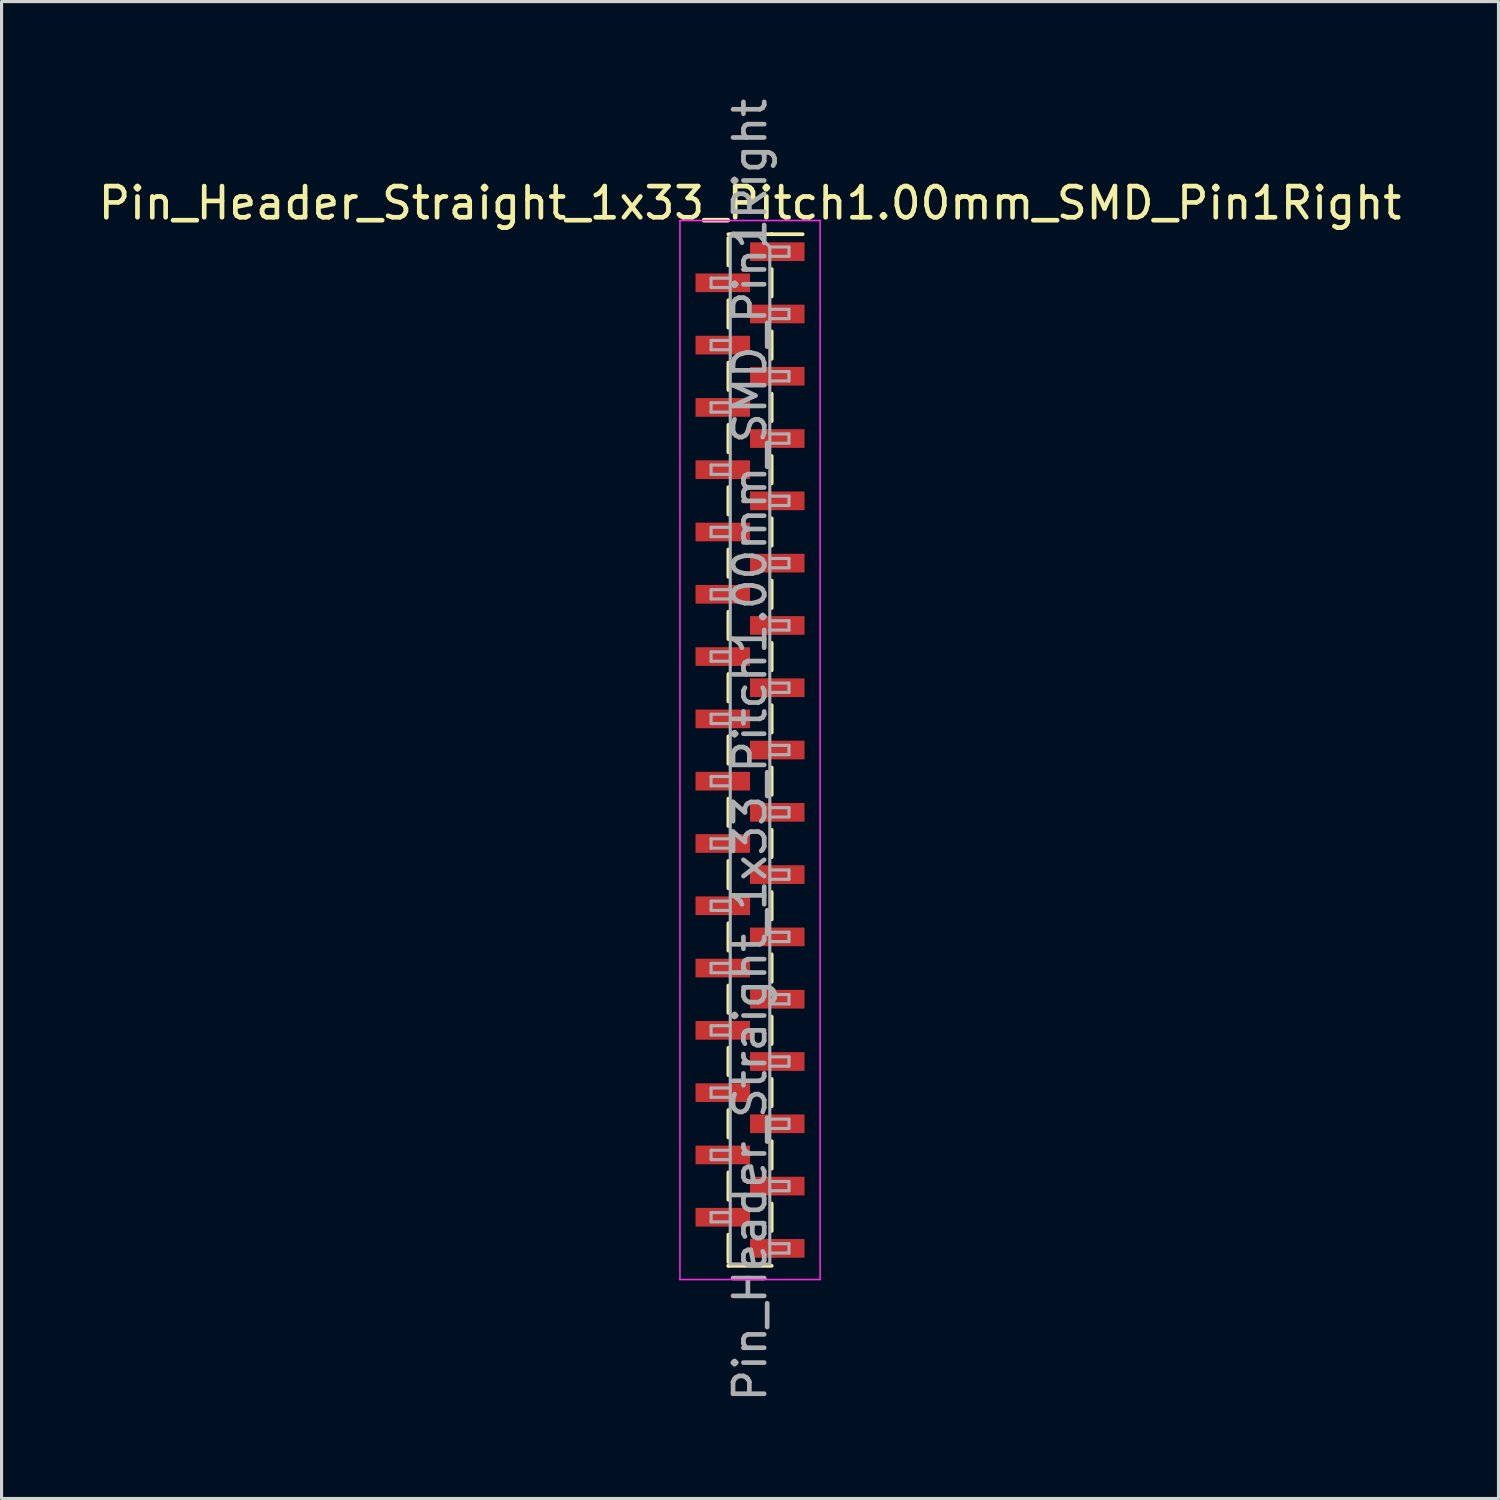
<source format=kicad_pcb>
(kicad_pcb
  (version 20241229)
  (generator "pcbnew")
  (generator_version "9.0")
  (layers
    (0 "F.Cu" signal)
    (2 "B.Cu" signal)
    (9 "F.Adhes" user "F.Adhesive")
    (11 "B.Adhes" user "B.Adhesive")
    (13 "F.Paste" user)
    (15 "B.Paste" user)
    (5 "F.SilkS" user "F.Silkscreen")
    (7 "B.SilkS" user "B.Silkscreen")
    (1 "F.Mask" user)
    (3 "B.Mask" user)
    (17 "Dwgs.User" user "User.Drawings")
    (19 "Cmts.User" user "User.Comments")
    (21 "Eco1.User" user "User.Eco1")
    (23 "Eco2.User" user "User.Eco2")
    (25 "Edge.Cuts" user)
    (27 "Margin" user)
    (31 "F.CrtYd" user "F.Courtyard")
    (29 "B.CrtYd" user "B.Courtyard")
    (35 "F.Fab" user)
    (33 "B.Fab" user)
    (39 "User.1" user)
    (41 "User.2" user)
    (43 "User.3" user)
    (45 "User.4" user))
  (footprint "Pin_Header_Straight_1x33_Pitch1.00mm_SMD_Pin1Right"
    (layer "F.Cu")
    (at 21.03 21.03)
    (property "Reference" "Pin_Header_Straight_1x33_Pitch1.00mm_SMD_Pin1Right" (at 0 -17.56 0) (layer "F.SilkS") (effects (font (size 1 1) (thickness 0.15))))
    (attr smd)
    (fp_line (start -0.695 -16.56) (end 0.695 -16.56) (stroke (width 0.12) (type solid)) (layer "F.SilkS"))
    (fp_line (start -0.695 -16.44) (end -0.695 -15.56) (stroke (width 0.12) (type solid)) (layer "F.SilkS"))
    (fp_line (start -0.695 -14.44) (end -0.695 -13.56) (stroke (width 0.12) (type solid)) (layer "F.SilkS"))
    (fp_line (start -0.695 -12.44) (end -0.695 -11.56) (stroke (width 0.12) (type solid)) (layer "F.SilkS"))
    (fp_line (start -0.695 -10.44) (end -0.695 -9.56) (stroke (width 0.12) (type solid)) (layer "F.SilkS"))
    (fp_line (start -0.695 -8.44) (end -0.695 -7.56) (stroke (width 0.12) (type solid)) (layer "F.SilkS"))
    (fp_line (start -0.695 -6.44) (end -0.695 -5.56) (stroke (width 0.12) (type solid)) (layer "F.SilkS"))
    (fp_line (start -0.695 -4.44) (end -0.695 -3.56) (stroke (width 0.12) (type solid)) (layer "F.SilkS"))
    (fp_line (start -0.695 -2.44) (end -0.695 -1.56) (stroke (width 0.12) (type solid)) (layer "F.SilkS"))
    (fp_line (start -0.695 -0.44) (end -0.695 0.44) (stroke (width 0.12) (type solid)) (layer "F.SilkS"))
    (fp_line (start -0.695 1.56) (end -0.695 2.44) (stroke (width 0.12) (type solid)) (layer "F.SilkS"))
    (fp_line (start -0.695 3.56) (end -0.695 4.44) (stroke (width 0.12) (type solid)) (layer "F.SilkS"))
    (fp_line (start -0.695 5.56) (end -0.695 6.44) (stroke (width 0.12) (type solid)) (layer "F.SilkS"))
    (fp_line (start -0.695 7.56) (end -0.695 8.44) (stroke (width 0.12) (type solid)) (layer "F.SilkS"))
    (fp_line (start -0.695 9.56) (end -0.695 10.44) (stroke (width 0.12) (type solid)) (layer "F.SilkS"))
    (fp_line (start -0.695 11.56) (end -0.695 12.44) (stroke (width 0.12) (type solid)) (layer "F.SilkS"))
    (fp_line (start -0.695 13.56) (end -0.695 14.44) (stroke (width 0.12) (type solid)) (layer "F.SilkS"))
    (fp_line (start -0.695 15.56) (end -0.695 16.44) (stroke (width 0.12) (type solid)) (layer "F.SilkS"))
    (fp_line (start -0.695 16.56) (end -0.695 16.56) (stroke (width 0.12) (type solid)) (layer "F.SilkS"))
    (fp_line (start -0.695 16.56) (end 0.695 16.56) (stroke (width 0.12) (type solid)) (layer "F.SilkS"))
    (fp_line (start 0.695 -16.56) (end 0.695 -16.56) (stroke (width 0.12) (type solid)) (layer "F.SilkS"))
    (fp_line (start 0.695 -16.56) (end 1.69 -16.56) (stroke (width 0.12) (type solid)) (layer "F.SilkS"))
    (fp_line (start 0.695 -15.44) (end 0.695 -14.56) (stroke (width 0.12) (type solid)) (layer "F.SilkS"))
    (fp_line (start 0.695 -13.44) (end 0.695 -12.56) (stroke (width 0.12) (type solid)) (layer "F.SilkS"))
    (fp_line (start 0.695 -11.44) (end 0.695 -10.56) (stroke (width 0.12) (type solid)) (layer "F.SilkS"))
    (fp_line (start 0.695 -9.44) (end 0.695 -8.56) (stroke (width 0.12) (type solid)) (layer "F.SilkS"))
    (fp_line (start 0.695 -7.44) (end 0.695 -6.56) (stroke (width 0.12) (type solid)) (layer "F.SilkS"))
    (fp_line (start 0.695 -5.44) (end 0.695 -4.56) (stroke (width 0.12) (type solid)) (layer "F.SilkS"))
    (fp_line (start 0.695 -3.44) (end 0.695 -2.56) (stroke (width 0.12) (type solid)) (layer "F.SilkS"))
    (fp_line (start 0.695 -1.44) (end 0.695 -0.56) (stroke (width 0.12) (type solid)) (layer "F.SilkS"))
    (fp_line (start 0.695 0.56) (end 0.695 1.44) (stroke (width 0.12) (type solid)) (layer "F.SilkS"))
    (fp_line (start 0.695 2.56) (end 0.695 3.44) (stroke (width 0.12) (type solid)) (layer "F.SilkS"))
    (fp_line (start 0.695 4.56) (end 0.695 5.44) (stroke (width 0.12) (type solid)) (layer "F.SilkS"))
    (fp_line (start 0.695 6.56) (end 0.695 7.44) (stroke (width 0.12) (type solid)) (layer "F.SilkS"))
    (fp_line (start 0.695 8.56) (end 0.695 9.44) (stroke (width 0.12) (type solid)) (layer "F.SilkS"))
    (fp_line (start 0.695 10.56) (end 0.695 11.44) (stroke (width 0.12) (type solid)) (layer "F.SilkS"))
    (fp_line (start 0.695 12.56) (end 0.695 13.44) (stroke (width 0.12) (type solid)) (layer "F.SilkS"))
    (fp_line (start 0.695 14.56) (end 0.695 15.44) (stroke (width 0.12) (type solid)) (layer "F.SilkS"))
    (fp_line (start -2.25 -17) (end -2.25 17) (stroke (width 0.05) (type solid)) (layer "F.CrtYd"))
    (fp_line (start -2.25 17) (end 2.25 17) (stroke (width 0.05) (type solid)) (layer "F.CrtYd"))
    (fp_line (start 2.25 -17) (end -2.25 -17) (stroke (width 0.05) (type solid)) (layer "F.CrtYd"))
    (fp_line (start 2.25 17) (end 2.25 -17) (stroke (width 0.05) (type solid)) (layer "F.CrtYd"))
    (fp_line (start -1.25 -15.15) (end -1.25 -14.85) (stroke (width 0.1) (type solid)) (layer "F.Fab"))
    (fp_line (start -1.25 -14.85) (end -0.635 -14.85) (stroke (width 0.1) (type solid)) (layer "F.Fab"))
    (fp_line (start -1.25 -13.15) (end -1.25 -12.85) (stroke (width 0.1) (type solid)) (layer "F.Fab"))
    (fp_line (start -1.25 -12.85) (end -0.635 -12.85) (stroke (width 0.1) (type solid)) (layer "F.Fab"))
    (fp_line (start -1.25 -11.15) (end -1.25 -10.85) (stroke (width 0.1) (type solid)) (layer "F.Fab"))
    (fp_line (start -1.25 -10.85) (end -0.635 -10.85) (stroke (width 0.1) (type solid)) (layer "F.Fab"))
    (fp_line (start -1.25 -9.15) (end -1.25 -8.85) (stroke (width 0.1) (type solid)) (layer "F.Fab"))
    (fp_line (start -1.25 -8.85) (end -0.635 -8.85) (stroke (width 0.1) (type solid)) (layer "F.Fab"))
    (fp_line (start -1.25 -7.15) (end -1.25 -6.85) (stroke (width 0.1) (type solid)) (layer "F.Fab"))
    (fp_line (start -1.25 -6.85) (end -0.635 -6.85) (stroke (width 0.1) (type solid)) (layer "F.Fab"))
    (fp_line (start -1.25 -5.15) (end -1.25 -4.85) (stroke (width 0.1) (type solid)) (layer "F.Fab"))
    (fp_line (start -1.25 -4.85) (end -0.635 -4.85) (stroke (width 0.1) (type solid)) (layer "F.Fab"))
    (fp_line (start -1.25 -3.15) (end -1.25 -2.85) (stroke (width 0.1) (type solid)) (layer "F.Fab"))
    (fp_line (start -1.25 -2.85) (end -0.635 -2.85) (stroke (width 0.1) (type solid)) (layer "F.Fab"))
    (fp_line (start -1.25 -1.15) (end -1.25 -0.85) (stroke (width 0.1) (type solid)) (layer "F.Fab"))
    (fp_line (start -1.25 -0.85) (end -0.635 -0.85) (stroke (width 0.1) (type solid)) (layer "F.Fab"))
    (fp_line (start -1.25 0.85) (end -1.25 1.15) (stroke (width 0.1) (type solid)) (layer "F.Fab"))
    (fp_line (start -1.25 1.15) (end -0.635 1.15) (stroke (width 0.1) (type solid)) (layer "F.Fab"))
    (fp_line (start -1.25 2.85) (end -1.25 3.15) (stroke (width 0.1) (type solid)) (layer "F.Fab"))
    (fp_line (start -1.25 3.15) (end -0.635 3.15) (stroke (width 0.1) (type solid)) (layer "F.Fab"))
    (fp_line (start -1.25 4.85) (end -1.25 5.15) (stroke (width 0.1) (type solid)) (layer "F.Fab"))
    (fp_line (start -1.25 5.15) (end -0.635 5.15) (stroke (width 0.1) (type solid)) (layer "F.Fab"))
    (fp_line (start -1.25 6.85) (end -1.25 7.15) (stroke (width 0.1) (type solid)) (layer "F.Fab"))
    (fp_line (start -1.25 7.15) (end -0.635 7.15) (stroke (width 0.1) (type solid)) (layer "F.Fab"))
    (fp_line (start -1.25 8.85) (end -1.25 9.15) (stroke (width 0.1) (type solid)) (layer "F.Fab"))
    (fp_line (start -1.25 9.15) (end -0.635 9.15) (stroke (width 0.1) (type solid)) (layer "F.Fab"))
    (fp_line (start -1.25 10.85) (end -1.25 11.15) (stroke (width 0.1) (type solid)) (layer "F.Fab"))
    (fp_line (start -1.25 11.15) (end -0.635 11.15) (stroke (width 0.1) (type solid)) (layer "F.Fab"))
    (fp_line (start -1.25 12.85) (end -1.25 13.15) (stroke (width 0.1) (type solid)) (layer "F.Fab"))
    (fp_line (start -1.25 13.15) (end -0.635 13.15) (stroke (width 0.1) (type solid)) (layer "F.Fab"))
    (fp_line (start -1.25 14.85) (end -1.25 15.15) (stroke (width 0.1) (type solid)) (layer "F.Fab"))
    (fp_line (start -1.25 15.15) (end -0.635 15.15) (stroke (width 0.1) (type solid)) (layer "F.Fab"))
    (fp_line (start -0.635 -16.5) (end -0.635 16.5) (stroke (width 0.1) (type solid)) (layer "F.Fab"))
    (fp_line (start -0.635 -16.5) (end 0.285 -16.5) (stroke (width 0.1) (type solid)) (layer "F.Fab"))
    (fp_line (start -0.635 -15.15) (end -1.25 -15.15) (stroke (width 0.1) (type solid)) (layer "F.Fab"))
    (fp_line (start -0.635 -13.15) (end -1.25 -13.15) (stroke (width 0.1) (type solid)) (layer "F.Fab"))
    (fp_line (start -0.635 -11.15) (end -1.25 -11.15) (stroke (width 0.1) (type solid)) (layer "F.Fab"))
    (fp_line (start -0.635 -9.15) (end -1.25 -9.15) (stroke (width 0.1) (type solid)) (layer "F.Fab"))
    (fp_line (start -0.635 -7.15) (end -1.25 -7.15) (stroke (width 0.1) (type solid)) (layer "F.Fab"))
    (fp_line (start -0.635 -5.15) (end -1.25 -5.15) (stroke (width 0.1) (type solid)) (layer "F.Fab"))
    (fp_line (start -0.635 -3.15) (end -1.25 -3.15) (stroke (width 0.1) (type solid)) (layer "F.Fab"))
    (fp_line (start -0.635 -1.15) (end -1.25 -1.15) (stroke (width 0.1) (type solid)) (layer "F.Fab"))
    (fp_line (start -0.635 0.85) (end -1.25 0.85) (stroke (width 0.1) (type solid)) (layer "F.Fab"))
    (fp_line (start -0.635 2.85) (end -1.25 2.85) (stroke (width 0.1) (type solid)) (layer "F.Fab"))
    (fp_line (start -0.635 4.85) (end -1.25 4.85) (stroke (width 0.1) (type solid)) (layer "F.Fab"))
    (fp_line (start -0.635 6.85) (end -1.25 6.85) (stroke (width 0.1) (type solid)) (layer "F.Fab"))
    (fp_line (start -0.635 8.85) (end -1.25 8.85) (stroke (width 0.1) (type solid)) (layer "F.Fab"))
    (fp_line (start -0.635 10.85) (end -1.25 10.85) (stroke (width 0.1) (type solid)) (layer "F.Fab"))
    (fp_line (start -0.635 12.85) (end -1.25 12.85) (stroke (width 0.1) (type solid)) (layer "F.Fab"))
    (fp_line (start -0.635 14.85) (end -1.25 14.85) (stroke (width 0.1) (type solid)) (layer "F.Fab"))
    (fp_line (start 0.635 -16.15) (end 0.285 -16.5) (stroke (width 0.1) (type solid)) (layer "F.Fab"))
    (fp_line (start 0.635 -16.15) (end 1.25 -16.15) (stroke (width 0.1) (type solid)) (layer "F.Fab"))
    (fp_line (start 0.635 -14.15) (end 1.25 -14.15) (stroke (width 0.1) (type solid)) (layer "F.Fab"))
    (fp_line (start 0.635 -12.15) (end 1.25 -12.15) (stroke (width 0.1) (type solid)) (layer "F.Fab"))
    (fp_line (start 0.635 -10.15) (end 1.25 -10.15) (stroke (width 0.1) (type solid)) (layer "F.Fab"))
    (fp_line (start 0.635 -8.15) (end 1.25 -8.15) (stroke (width 0.1) (type solid)) (layer "F.Fab"))
    (fp_line (start 0.635 -6.15) (end 1.25 -6.15) (stroke (width 0.1) (type solid)) (layer "F.Fab"))
    (fp_line (start 0.635 -4.15) (end 1.25 -4.15) (stroke (width 0.1) (type solid)) (layer "F.Fab"))
    (fp_line (start 0.635 -2.15) (end 1.25 -2.15) (stroke (width 0.1) (type solid)) (layer "F.Fab"))
    (fp_line (start 0.635 -0.15) (end 1.25 -0.15) (stroke (width 0.1) (type solid)) (layer "F.Fab"))
    (fp_line (start 0.635 1.85) (end 1.25 1.85) (stroke (width 0.1) (type solid)) (layer "F.Fab"))
    (fp_line (start 0.635 3.85) (end 1.25 3.85) (stroke (width 0.1) (type solid)) (layer "F.Fab"))
    (fp_line (start 0.635 5.85) (end 1.25 5.85) (stroke (width 0.1) (type solid)) (layer "F.Fab"))
    (fp_line (start 0.635 7.85) (end 1.25 7.85) (stroke (width 0.1) (type solid)) (layer "F.Fab"))
    (fp_line (start 0.635 9.85) (end 1.25 9.85) (stroke (width 0.1) (type solid)) (layer "F.Fab"))
    (fp_line (start 0.635 11.85) (end 1.25 11.85) (stroke (width 0.1) (type solid)) (layer "F.Fab"))
    (fp_line (start 0.635 13.85) (end 1.25 13.85) (stroke (width 0.1) (type solid)) (layer "F.Fab"))
    (fp_line (start 0.635 15.85) (end 1.25 15.85) (stroke (width 0.1) (type solid)) (layer "F.Fab"))
    (fp_line (start 0.635 16.5) (end -0.635 16.5) (stroke (width 0.1) (type solid)) (layer "F.Fab"))
    (fp_line (start 0.635 16.5) (end 0.635 -16.15) (stroke (width 0.1) (type solid)) (layer "F.Fab"))
    (fp_line (start 1.25 -16.15) (end 1.25 -15.85) (stroke (width 0.1) (type solid)) (layer "F.Fab"))
    (fp_line (start 1.25 -15.85) (end 0.635 -15.85) (stroke (width 0.1) (type solid)) (layer "F.Fab"))
    (fp_line (start 1.25 -14.15) (end 1.25 -13.85) (stroke (width 0.1) (type solid)) (layer "F.Fab"))
    (fp_line (start 1.25 -13.85) (end 0.635 -13.85) (stroke (width 0.1) (type solid)) (layer "F.Fab"))
    (fp_line (start 1.25 -12.15) (end 1.25 -11.85) (stroke (width 0.1) (type solid)) (layer "F.Fab"))
    (fp_line (start 1.25 -11.85) (end 0.635 -11.85) (stroke (width 0.1) (type solid)) (layer "F.Fab"))
    (fp_line (start 1.25 -10.15) (end 1.25 -9.85) (stroke (width 0.1) (type solid)) (layer "F.Fab"))
    (fp_line (start 1.25 -9.85) (end 0.635 -9.85) (stroke (width 0.1) (type solid)) (layer "F.Fab"))
    (fp_line (start 1.25 -8.15) (end 1.25 -7.85) (stroke (width 0.1) (type solid)) (layer "F.Fab"))
    (fp_line (start 1.25 -7.85) (end 0.635 -7.85) (stroke (width 0.1) (type solid)) (layer "F.Fab"))
    (fp_line (start 1.25 -6.15) (end 1.25 -5.85) (stroke (width 0.1) (type solid)) (layer "F.Fab"))
    (fp_line (start 1.25 -5.85) (end 0.635 -5.85) (stroke (width 0.1) (type solid)) (layer "F.Fab"))
    (fp_line (start 1.25 -4.15) (end 1.25 -3.85) (stroke (width 0.1) (type solid)) (layer "F.Fab"))
    (fp_line (start 1.25 -3.85) (end 0.635 -3.85) (stroke (width 0.1) (type solid)) (layer "F.Fab"))
    (fp_line (start 1.25 -2.15) (end 1.25 -1.85) (stroke (width 0.1) (type solid)) (layer "F.Fab"))
    (fp_line (start 1.25 -1.85) (end 0.635 -1.85) (stroke (width 0.1) (type solid)) (layer "F.Fab"))
    (fp_line (start 1.25 -0.15) (end 1.25 0.15) (stroke (width 0.1) (type solid)) (layer "F.Fab"))
    (fp_line (start 1.25 0.15) (end 0.635 0.15) (stroke (width 0.1) (type solid)) (layer "F.Fab"))
    (fp_line (start 1.25 1.85) (end 1.25 2.15) (stroke (width 0.1) (type solid)) (layer "F.Fab"))
    (fp_line (start 1.25 2.15) (end 0.635 2.15) (stroke (width 0.1) (type solid)) (layer "F.Fab"))
    (fp_line (start 1.25 3.85) (end 1.25 4.15) (stroke (width 0.1) (type solid)) (layer "F.Fab"))
    (fp_line (start 1.25 4.15) (end 0.635 4.15) (stroke (width 0.1) (type solid)) (layer "F.Fab"))
    (fp_line (start 1.25 5.85) (end 1.25 6.15) (stroke (width 0.1) (type solid)) (layer "F.Fab"))
    (fp_line (start 1.25 6.15) (end 0.635 6.15) (stroke (width 0.1) (type solid)) (layer "F.Fab"))
    (fp_line (start 1.25 7.85) (end 1.25 8.15) (stroke (width 0.1) (type solid)) (layer "F.Fab"))
    (fp_line (start 1.25 8.15) (end 0.635 8.15) (stroke (width 0.1) (type solid)) (layer "F.Fab"))
    (fp_line (start 1.25 9.85) (end 1.25 10.15) (stroke (width 0.1) (type solid)) (layer "F.Fab"))
    (fp_line (start 1.25 10.15) (end 0.635 10.15) (stroke (width 0.1) (type solid)) (layer "F.Fab"))
    (fp_line (start 1.25 11.85) (end 1.25 12.15) (stroke (width 0.1) (type solid)) (layer "F.Fab"))
    (fp_line (start 1.25 12.15) (end 0.635 12.15) (stroke (width 0.1) (type solid)) (layer "F.Fab"))
    (fp_line (start 1.25 13.85) (end 1.25 14.15) (stroke (width 0.1) (type solid)) (layer "F.Fab"))
    (fp_line (start 1.25 14.15) (end 0.635 14.15) (stroke (width 0.1) (type solid)) (layer "F.Fab"))
    (fp_line (start 1.25 15.85) (end 1.25 16.15) (stroke (width 0.1) (type solid)) (layer "F.Fab"))
    (fp_line (start 1.25 16.15) (end 0.635 16.15) (stroke (width 0.1) (type solid)) (layer "F.Fab"))
    (fp_text user "${REFERENCE}" (at 0 0 90) (layer "F.Fab") (effects (font (size 1 1) (thickness 0.15))))
    (pad "1" smd rect (at 0.875 -16) (size 1.75 0.6) (layers "F.Cu" "F.Mask" "F.Paste"))
    (pad "2" smd rect (at -0.875 -15) (size 1.75 0.6) (layers "F.Cu" "F.Mask" "F.Paste"))
    (pad "3" smd rect (at 0.875 -14) (size 1.75 0.6) (layers "F.Cu" "F.Mask" "F.Paste"))
    (pad "4" smd rect (at -0.875 -13) (size 1.75 0.6) (layers "F.Cu" "F.Mask" "F.Paste"))
    (pad "5" smd rect (at 0.875 -12) (size 1.75 0.6) (layers "F.Cu" "F.Mask" "F.Paste"))
    (pad "6" smd rect (at -0.875 -11) (size 1.75 0.6) (layers "F.Cu" "F.Mask" "F.Paste"))
    (pad "7" smd rect (at 0.875 -10) (size 1.75 0.6) (layers "F.Cu" "F.Mask" "F.Paste"))
    (pad "8" smd rect (at -0.875 -9) (size 1.75 0.6) (layers "F.Cu" "F.Mask" "F.Paste"))
    (pad "9" smd rect (at 0.875 -8) (size 1.75 0.6) (layers "F.Cu" "F.Mask" "F.Paste"))
    (pad "10" smd rect (at -0.875 -7) (size 1.75 0.6) (layers "F.Cu" "F.Mask" "F.Paste"))
    (pad "11" smd rect (at 0.875 -6) (size 1.75 0.6) (layers "F.Cu" "F.Mask" "F.Paste"))
    (pad "12" smd rect (at -0.875 -5) (size 1.75 0.6) (layers "F.Cu" "F.Mask" "F.Paste"))
    (pad "13" smd rect (at 0.875 -4) (size 1.75 0.6) (layers "F.Cu" "F.Mask" "F.Paste"))
    (pad "14" smd rect (at -0.875 -3) (size 1.75 0.6) (layers "F.Cu" "F.Mask" "F.Paste"))
    (pad "15" smd rect (at 0.875 -2) (size 1.75 0.6) (layers "F.Cu" "F.Mask" "F.Paste"))
    (pad "16" smd rect (at -0.875 -1) (size 1.75 0.6) (layers "F.Cu" "F.Mask" "F.Paste"))
    (pad "17" smd rect (at 0.875 0) (size 1.75 0.6) (layers "F.Cu" "F.Mask" "F.Paste"))
    (pad "18" smd rect (at -0.875 1) (size 1.75 0.6) (layers "F.Cu" "F.Mask" "F.Paste"))
    (pad "19" smd rect (at 0.875 2) (size 1.75 0.6) (layers "F.Cu" "F.Mask" "F.Paste"))
    (pad "20" smd rect (at -0.875 3) (size 1.75 0.6) (layers "F.Cu" "F.Mask" "F.Paste"))
    (pad "21" smd rect (at 0.875 4) (size 1.75 0.6) (layers "F.Cu" "F.Mask" "F.Paste"))
    (pad "22" smd rect (at -0.875 5) (size 1.75 0.6) (layers "F.Cu" "F.Mask" "F.Paste"))
    (pad "23" smd rect (at 0.875 6) (size 1.75 0.6) (layers "F.Cu" "F.Mask" "F.Paste"))
    (pad "24" smd rect (at -0.875 7) (size 1.75 0.6) (layers "F.Cu" "F.Mask" "F.Paste"))
    (pad "25" smd rect (at 0.875 8) (size 1.75 0.6) (layers "F.Cu" "F.Mask" "F.Paste"))
    (pad "26" smd rect (at -0.875 9) (size 1.75 0.6) (layers "F.Cu" "F.Mask" "F.Paste"))
    (pad "27" smd rect (at 0.875 10) (size 1.75 0.6) (layers "F.Cu" "F.Mask" "F.Paste"))
    (pad "28" smd rect (at -0.875 11) (size 1.75 0.6) (layers "F.Cu" "F.Mask" "F.Paste"))
    (pad "29" smd rect (at 0.875 12) (size 1.75 0.6) (layers "F.Cu" "F.Mask" "F.Paste"))
    (pad "30" smd rect (at -0.875 13) (size 1.75 0.6) (layers "F.Cu" "F.Mask" "F.Paste"))
    (pad "31" smd rect (at 0.875 14) (size 1.75 0.6) (layers "F.Cu" "F.Mask" "F.Paste"))
    (pad "32" smd rect (at -0.875 15) (size 1.75 0.6) (layers "F.Cu" "F.Mask" "F.Paste"))
    (pad "33" smd rect (at 0.875 16) (size 1.75 0.6) (layers "F.Cu" "F.Mask" "F.Paste")))
  (gr_rect
    (start -3 -3)
    (end 45.06 45.06)
    (stroke (width 0.1) (type default))
    (fill no)
    (layer "Edge.Cuts")))
</source>
